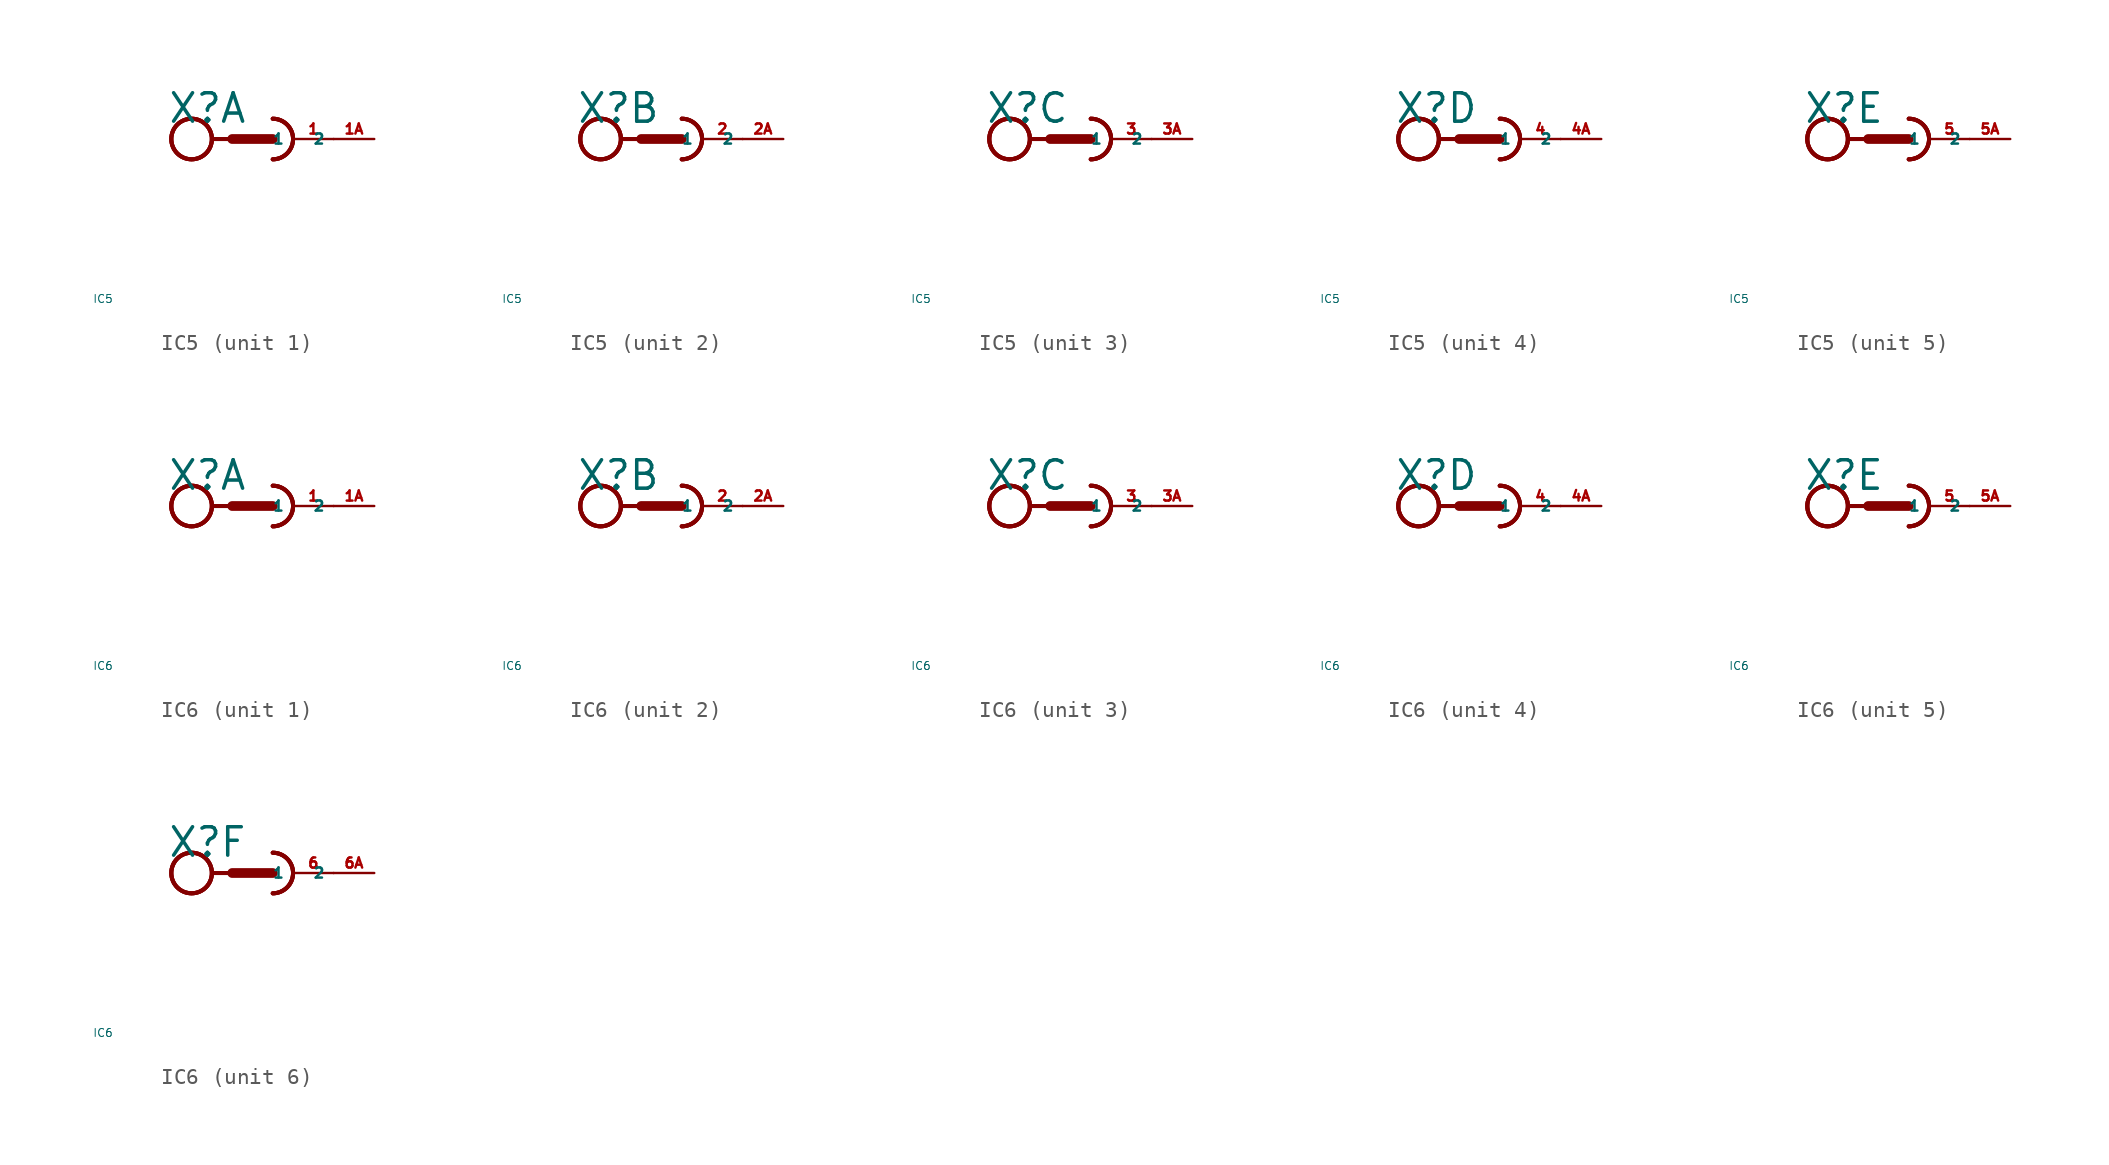
<source format=kicad_sym>
(kicad_symbol_lib
  (version 20220914)
  (generator Eagle2Kicad)
  (symbol "IC5"
    (property "Reference" "X"
      (at -5.334 0.889 0)
      (effects (font (size 1.778 1.778) (thickness 0.22)) (justify left bottom)))
    (property "Value" "IC5"
      (at -10 -10 0)
      (effects (font (size 0.5 0.5) (thickness 0.06)) (justify left)))
    (symbol "IC5_1_0"
      (arc (start 1.27 -1.27) (mid 2.540 0.000) (end 1.27 1.27) (stroke (width 0.254) (type default)) (fill (type none)))
      (arc (start 1.27 -1.27) (mid 2.540 0.000) (end 1.27 1.27) (stroke (width 0.254) (type default)) (fill (type none)))
      (polyline (pts (xy -2.54 0) (xy -1.27 0)) (stroke (width 0.254) (type default)) (fill (type none)))
      (polyline (pts (xy -1.27 0) (xy 1.27 0)) (stroke (width 0.61) (type default)) (fill (type none)))
      (arc (start 1.27 -1.27) (mid 2.540 0.000) (end 1.27 1.27) (stroke (width 0.254) (type default)) (fill (type none)))
      (circle (center -3.81 0) (radius 1.27) (stroke (width 0.254) (type default)) (fill (type none)))
      (circle (center -3.81 0) (radius 1.27) (stroke (width 0.254) (type default)) (fill (type none)))
      (circle (center -3.81 0) (radius 1.27) (stroke (width 0.254) (type default)) (fill (type none)))
      (pin passive line (at 5.08 0 180) (length 2.54) (name "1" (effects (font (size 0.635 0.635) (thickness 0.08)) (justify left bottom))) (number "1" (effects (font (size 0.635 0.635) (thickness 0.08)) (justify left bottom))))
      (pin passive line (at 7.62 0 180) (length 2.54) (name "2" (effects (font (size 0.635 0.635) (thickness 0.08)) (justify left bottom))) (number "1A" (effects (font (size 0.635 0.635) (thickness 0.08)) (justify left bottom)))))
    (symbol "IC5_2_0"
      (arc (start 1.27 -1.27) (mid 2.540 0.000) (end 1.27 1.27) (stroke (width 0.254) (type default)) (fill (type none)))
      (arc (start 1.27 -1.27) (mid 2.540 0.000) (end 1.27 1.27) (stroke (width 0.254) (type default)) (fill (type none)))
      (polyline (pts (xy -2.54 0) (xy -1.27 0)) (stroke (width 0.254) (type default)) (fill (type none)))
      (polyline (pts (xy -1.27 0) (xy 1.27 0)) (stroke (width 0.61) (type default)) (fill (type none)))
      (arc (start 1.27 -1.27) (mid 2.540 0.000) (end 1.27 1.27) (stroke (width 0.254) (type default)) (fill (type none)))
      (circle (center -3.81 0) (radius 1.27) (stroke (width 0.254) (type default)) (fill (type none)))
      (circle (center -3.81 0) (radius 1.27) (stroke (width 0.254) (type default)) (fill (type none)))
      (circle (center -3.81 0) (radius 1.27) (stroke (width 0.254) (type default)) (fill (type none)))
      (pin passive line (at 5.08 0 180) (length 2.54) (name "1" (effects (font (size 0.635 0.635) (thickness 0.08)) (justify left bottom))) (number "2" (effects (font (size 0.635 0.635) (thickness 0.08)) (justify left bottom))))
      (pin passive line (at 7.62 0 180) (length 2.54) (name "2" (effects (font (size 0.635 0.635) (thickness 0.08)) (justify left bottom))) (number "2A" (effects (font (size 0.635 0.635) (thickness 0.08)) (justify left bottom)))))
    (symbol "IC5_3_0"
      (arc (start 1.27 -1.27) (mid 2.540 0.000) (end 1.27 1.27) (stroke (width 0.254) (type default)) (fill (type none)))
      (arc (start 1.27 -1.27) (mid 2.540 0.000) (end 1.27 1.27) (stroke (width 0.254) (type default)) (fill (type none)))
      (polyline (pts (xy -2.54 0) (xy -1.27 0)) (stroke (width 0.254) (type default)) (fill (type none)))
      (polyline (pts (xy -1.27 0) (xy 1.27 0)) (stroke (width 0.61) (type default)) (fill (type none)))
      (arc (start 1.27 -1.27) (mid 2.540 0.000) (end 1.27 1.27) (stroke (width 0.254) (type default)) (fill (type none)))
      (circle (center -3.81 0) (radius 1.27) (stroke (width 0.254) (type default)) (fill (type none)))
      (circle (center -3.81 0) (radius 1.27) (stroke (width 0.254) (type default)) (fill (type none)))
      (circle (center -3.81 0) (radius 1.27) (stroke (width 0.254) (type default)) (fill (type none)))
      (pin passive line (at 5.08 0 180) (length 2.54) (name "1" (effects (font (size 0.635 0.635) (thickness 0.08)) (justify left bottom))) (number "3" (effects (font (size 0.635 0.635) (thickness 0.08)) (justify left bottom))))
      (pin passive line (at 7.62 0 180) (length 2.54) (name "2" (effects (font (size 0.635 0.635) (thickness 0.08)) (justify left bottom))) (number "3A" (effects (font (size 0.635 0.635) (thickness 0.08)) (justify left bottom)))))
    (symbol "IC5_4_0"
      (arc (start 1.27 -1.27) (mid 2.540 0.000) (end 1.27 1.27) (stroke (width 0.254) (type default)) (fill (type none)))
      (arc (start 1.27 -1.27) (mid 2.540 0.000) (end 1.27 1.27) (stroke (width 0.254) (type default)) (fill (type none)))
      (polyline (pts (xy -2.54 0) (xy -1.27 0)) (stroke (width 0.254) (type default)) (fill (type none)))
      (polyline (pts (xy -1.27 0) (xy 1.27 0)) (stroke (width 0.61) (type default)) (fill (type none)))
      (arc (start 1.27 -1.27) (mid 2.540 0.000) (end 1.27 1.27) (stroke (width 0.254) (type default)) (fill (type none)))
      (circle (center -3.81 0) (radius 1.27) (stroke (width 0.254) (type default)) (fill (type none)))
      (circle (center -3.81 0) (radius 1.27) (stroke (width 0.254) (type default)) (fill (type none)))
      (circle (center -3.81 0) (radius 1.27) (stroke (width 0.254) (type default)) (fill (type none)))
      (pin passive line (at 5.08 0 180) (length 2.54) (name "1" (effects (font (size 0.635 0.635) (thickness 0.08)) (justify left bottom))) (number "4" (effects (font (size 0.635 0.635) (thickness 0.08)) (justify left bottom))))
      (pin passive line (at 7.62 0 180) (length 2.54) (name "2" (effects (font (size 0.635 0.635) (thickness 0.08)) (justify left bottom))) (number "4A" (effects (font (size 0.635 0.635) (thickness 0.08)) (justify left bottom)))))
    (symbol "IC5_5_0"
      (arc (start 1.27 -1.27) (mid 2.540 0.000) (end 1.27 1.27) (stroke (width 0.254) (type default)) (fill (type none)))
      (arc (start 1.27 -1.27) (mid 2.540 0.000) (end 1.27 1.27) (stroke (width 0.254) (type default)) (fill (type none)))
      (polyline (pts (xy -2.54 0) (xy -1.27 0)) (stroke (width 0.254) (type default)) (fill (type none)))
      (polyline (pts (xy -1.27 0) (xy 1.27 0)) (stroke (width 0.61) (type default)) (fill (type none)))
      (arc (start 1.27 -1.27) (mid 2.540 0.000) (end 1.27 1.27) (stroke (width 0.254) (type default)) (fill (type none)))
      (circle (center -3.81 0) (radius 1.27) (stroke (width 0.254) (type default)) (fill (type none)))
      (circle (center -3.81 0) (radius 1.27) (stroke (width 0.254) (type default)) (fill (type none)))
      (circle (center -3.81 0) (radius 1.27) (stroke (width 0.254) (type default)) (fill (type none)))
      (pin passive line (at 5.08 0 180) (length 2.54) (name "1" (effects (font (size 0.635 0.635) (thickness 0.08)) (justify left bottom))) (number "5" (effects (font (size 0.635 0.635) (thickness 0.08)) (justify left bottom))))
      (pin passive line (at 7.62 0 180) (length 2.54) (name "2" (effects (font (size 0.635 0.635) (thickness 0.08)) (justify left bottom))) (number "5A" (effects (font (size 0.635 0.635) (thickness 0.08)) (justify left bottom))))))
  (symbol "IC6"
    (property "Reference" "X"
      (at -5.334 0.889 0)
      (effects (font (size 1.778 1.778) (thickness 0.22)) (justify left bottom)))
    (property "Value" "IC6"
      (at -10 -10 0)
      (effects (font (size 0.5 0.5) (thickness 0.06)) (justify left)))
    (symbol "IC6_1_0"
      (arc (start 1.27 -1.27) (mid 2.540 0.000) (end 1.27 1.27) (stroke (width 0.254) (type default)) (fill (type none)))
      (arc (start 1.27 -1.27) (mid 2.540 0.000) (end 1.27 1.27) (stroke (width 0.254) (type default)) (fill (type none)))
      (polyline (pts (xy -2.54 0) (xy -1.27 0)) (stroke (width 0.254) (type default)) (fill (type none)))
      (polyline (pts (xy -1.27 0) (xy 1.27 0)) (stroke (width 0.61) (type default)) (fill (type none)))
      (arc (start 1.27 -1.27) (mid 2.540 0.000) (end 1.27 1.27) (stroke (width 0.254) (type default)) (fill (type none)))
      (circle (center -3.81 0) (radius 1.27) (stroke (width 0.254) (type default)) (fill (type none)))
      (circle (center -3.81 0) (radius 1.27) (stroke (width 0.254) (type default)) (fill (type none)))
      (circle (center -3.81 0) (radius 1.27) (stroke (width 0.254) (type default)) (fill (type none)))
      (pin passive line (at 5.08 0 180) (length 2.54) (name "1" (effects (font (size 0.635 0.635) (thickness 0.08)) (justify left bottom))) (number "1" (effects (font (size 0.635 0.635) (thickness 0.08)) (justify left bottom))))
      (pin passive line (at 7.62 0 180) (length 2.54) (name "2" (effects (font (size 0.635 0.635) (thickness 0.08)) (justify left bottom))) (number "1A" (effects (font (size 0.635 0.635) (thickness 0.08)) (justify left bottom)))))
    (symbol "IC6_2_0"
      (arc (start 1.27 -1.27) (mid 2.540 0.000) (end 1.27 1.27) (stroke (width 0.254) (type default)) (fill (type none)))
      (arc (start 1.27 -1.27) (mid 2.540 0.000) (end 1.27 1.27) (stroke (width 0.254) (type default)) (fill (type none)))
      (polyline (pts (xy -2.54 0) (xy -1.27 0)) (stroke (width 0.254) (type default)) (fill (type none)))
      (polyline (pts (xy -1.27 0) (xy 1.27 0)) (stroke (width 0.61) (type default)) (fill (type none)))
      (arc (start 1.27 -1.27) (mid 2.540 0.000) (end 1.27 1.27) (stroke (width 0.254) (type default)) (fill (type none)))
      (circle (center -3.81 0) (radius 1.27) (stroke (width 0.254) (type default)) (fill (type none)))
      (circle (center -3.81 0) (radius 1.27) (stroke (width 0.254) (type default)) (fill (type none)))
      (circle (center -3.81 0) (radius 1.27) (stroke (width 0.254) (type default)) (fill (type none)))
      (pin passive line (at 5.08 0 180) (length 2.54) (name "1" (effects (font (size 0.635 0.635) (thickness 0.08)) (justify left bottom))) (number "2" (effects (font (size 0.635 0.635) (thickness 0.08)) (justify left bottom))))
      (pin passive line (at 7.62 0 180) (length 2.54) (name "2" (effects (font (size 0.635 0.635) (thickness 0.08)) (justify left bottom))) (number "2A" (effects (font (size 0.635 0.635) (thickness 0.08)) (justify left bottom)))))
    (symbol "IC6_3_0"
      (arc (start 1.27 -1.27) (mid 2.540 0.000) (end 1.27 1.27) (stroke (width 0.254) (type default)) (fill (type none)))
      (arc (start 1.27 -1.27) (mid 2.540 0.000) (end 1.27 1.27) (stroke (width 0.254) (type default)) (fill (type none)))
      (polyline (pts (xy -2.54 0) (xy -1.27 0)) (stroke (width 0.254) (type default)) (fill (type none)))
      (polyline (pts (xy -1.27 0) (xy 1.27 0)) (stroke (width 0.61) (type default)) (fill (type none)))
      (arc (start 1.27 -1.27) (mid 2.540 0.000) (end 1.27 1.27) (stroke (width 0.254) (type default)) (fill (type none)))
      (circle (center -3.81 0) (radius 1.27) (stroke (width 0.254) (type default)) (fill (type none)))
      (circle (center -3.81 0) (radius 1.27) (stroke (width 0.254) (type default)) (fill (type none)))
      (circle (center -3.81 0) (radius 1.27) (stroke (width 0.254) (type default)) (fill (type none)))
      (pin passive line (at 5.08 0 180) (length 2.54) (name "1" (effects (font (size 0.635 0.635) (thickness 0.08)) (justify left bottom))) (number "3" (effects (font (size 0.635 0.635) (thickness 0.08)) (justify left bottom))))
      (pin passive line (at 7.62 0 180) (length 2.54) (name "2" (effects (font (size 0.635 0.635) (thickness 0.08)) (justify left bottom))) (number "3A" (effects (font (size 0.635 0.635) (thickness 0.08)) (justify left bottom)))))
    (symbol "IC6_4_0"
      (arc (start 1.27 -1.27) (mid 2.540 0.000) (end 1.27 1.27) (stroke (width 0.254) (type default)) (fill (type none)))
      (arc (start 1.27 -1.27) (mid 2.540 0.000) (end 1.27 1.27) (stroke (width 0.254) (type default)) (fill (type none)))
      (polyline (pts (xy -2.54 0) (xy -1.27 0)) (stroke (width 0.254) (type default)) (fill (type none)))
      (polyline (pts (xy -1.27 0) (xy 1.27 0)) (stroke (width 0.61) (type default)) (fill (type none)))
      (arc (start 1.27 -1.27) (mid 2.540 0.000) (end 1.27 1.27) (stroke (width 0.254) (type default)) (fill (type none)))
      (circle (center -3.81 0) (radius 1.27) (stroke (width 0.254) (type default)) (fill (type none)))
      (circle (center -3.81 0) (radius 1.27) (stroke (width 0.254) (type default)) (fill (type none)))
      (circle (center -3.81 0) (radius 1.27) (stroke (width 0.254) (type default)) (fill (type none)))
      (pin passive line (at 5.08 0 180) (length 2.54) (name "1" (effects (font (size 0.635 0.635) (thickness 0.08)) (justify left bottom))) (number "4" (effects (font (size 0.635 0.635) (thickness 0.08)) (justify left bottom))))
      (pin passive line (at 7.62 0 180) (length 2.54) (name "2" (effects (font (size 0.635 0.635) (thickness 0.08)) (justify left bottom))) (number "4A" (effects (font (size 0.635 0.635) (thickness 0.08)) (justify left bottom)))))
    (symbol "IC6_5_0"
      (arc (start 1.27 -1.27) (mid 2.540 0.000) (end 1.27 1.27) (stroke (width 0.254) (type default)) (fill (type none)))
      (arc (start 1.27 -1.27) (mid 2.540 0.000) (end 1.27 1.27) (stroke (width 0.254) (type default)) (fill (type none)))
      (polyline (pts (xy -2.54 0) (xy -1.27 0)) (stroke (width 0.254) (type default)) (fill (type none)))
      (polyline (pts (xy -1.27 0) (xy 1.27 0)) (stroke (width 0.61) (type default)) (fill (type none)))
      (arc (start 1.27 -1.27) (mid 2.540 0.000) (end 1.27 1.27) (stroke (width 0.254) (type default)) (fill (type none)))
      (circle (center -3.81 0) (radius 1.27) (stroke (width 0.254) (type default)) (fill (type none)))
      (circle (center -3.81 0) (radius 1.27) (stroke (width 0.254) (type default)) (fill (type none)))
      (circle (center -3.81 0) (radius 1.27) (stroke (width 0.254) (type default)) (fill (type none)))
      (pin passive line (at 5.08 0 180) (length 2.54) (name "1" (effects (font (size 0.635 0.635) (thickness 0.08)) (justify left bottom))) (number "5" (effects (font (size 0.635 0.635) (thickness 0.08)) (justify left bottom))))
      (pin passive line (at 7.62 0 180) (length 2.54) (name "2" (effects (font (size 0.635 0.635) (thickness 0.08)) (justify left bottom))) (number "5A" (effects (font (size 0.635 0.635) (thickness 0.08)) (justify left bottom)))))
    (symbol "IC6_6_0"
      (arc (start 1.27 -1.27) (mid 2.540 0.000) (end 1.27 1.27) (stroke (width 0.254) (type default)) (fill (type none)))
      (arc (start 1.27 -1.27) (mid 2.540 0.000) (end 1.27 1.27) (stroke (width 0.254) (type default)) (fill (type none)))
      (polyline (pts (xy -2.54 0) (xy -1.27 0)) (stroke (width 0.254) (type default)) (fill (type none)))
      (polyline (pts (xy -1.27 0) (xy 1.27 0)) (stroke (width 0.61) (type default)) (fill (type none)))
      (arc (start 1.27 -1.27) (mid 2.540 0.000) (end 1.27 1.27) (stroke (width 0.254) (type default)) (fill (type none)))
      (circle (center -3.81 0) (radius 1.27) (stroke (width 0.254) (type default)) (fill (type none)))
      (circle (center -3.81 0) (radius 1.27) (stroke (width 0.254) (type default)) (fill (type none)))
      (circle (center -3.81 0) (radius 1.27) (stroke (width 0.254) (type default)) (fill (type none)))
      (pin passive line (at 5.08 0 180) (length 2.54) (name "1" (effects (font (size 0.635 0.635) (thickness 0.08)) (justify left bottom))) (number "6" (effects (font (size 0.635 0.635) (thickness 0.08)) (justify left bottom))))
      (pin passive line (at 7.62 0 180) (length 2.54) (name "2" (effects (font (size 0.635 0.635) (thickness 0.08)) (justify left bottom))) (number "6A" (effects (font (size 0.635 0.635) (thickness 0.08)) (justify left bottom)))))))
</source>
